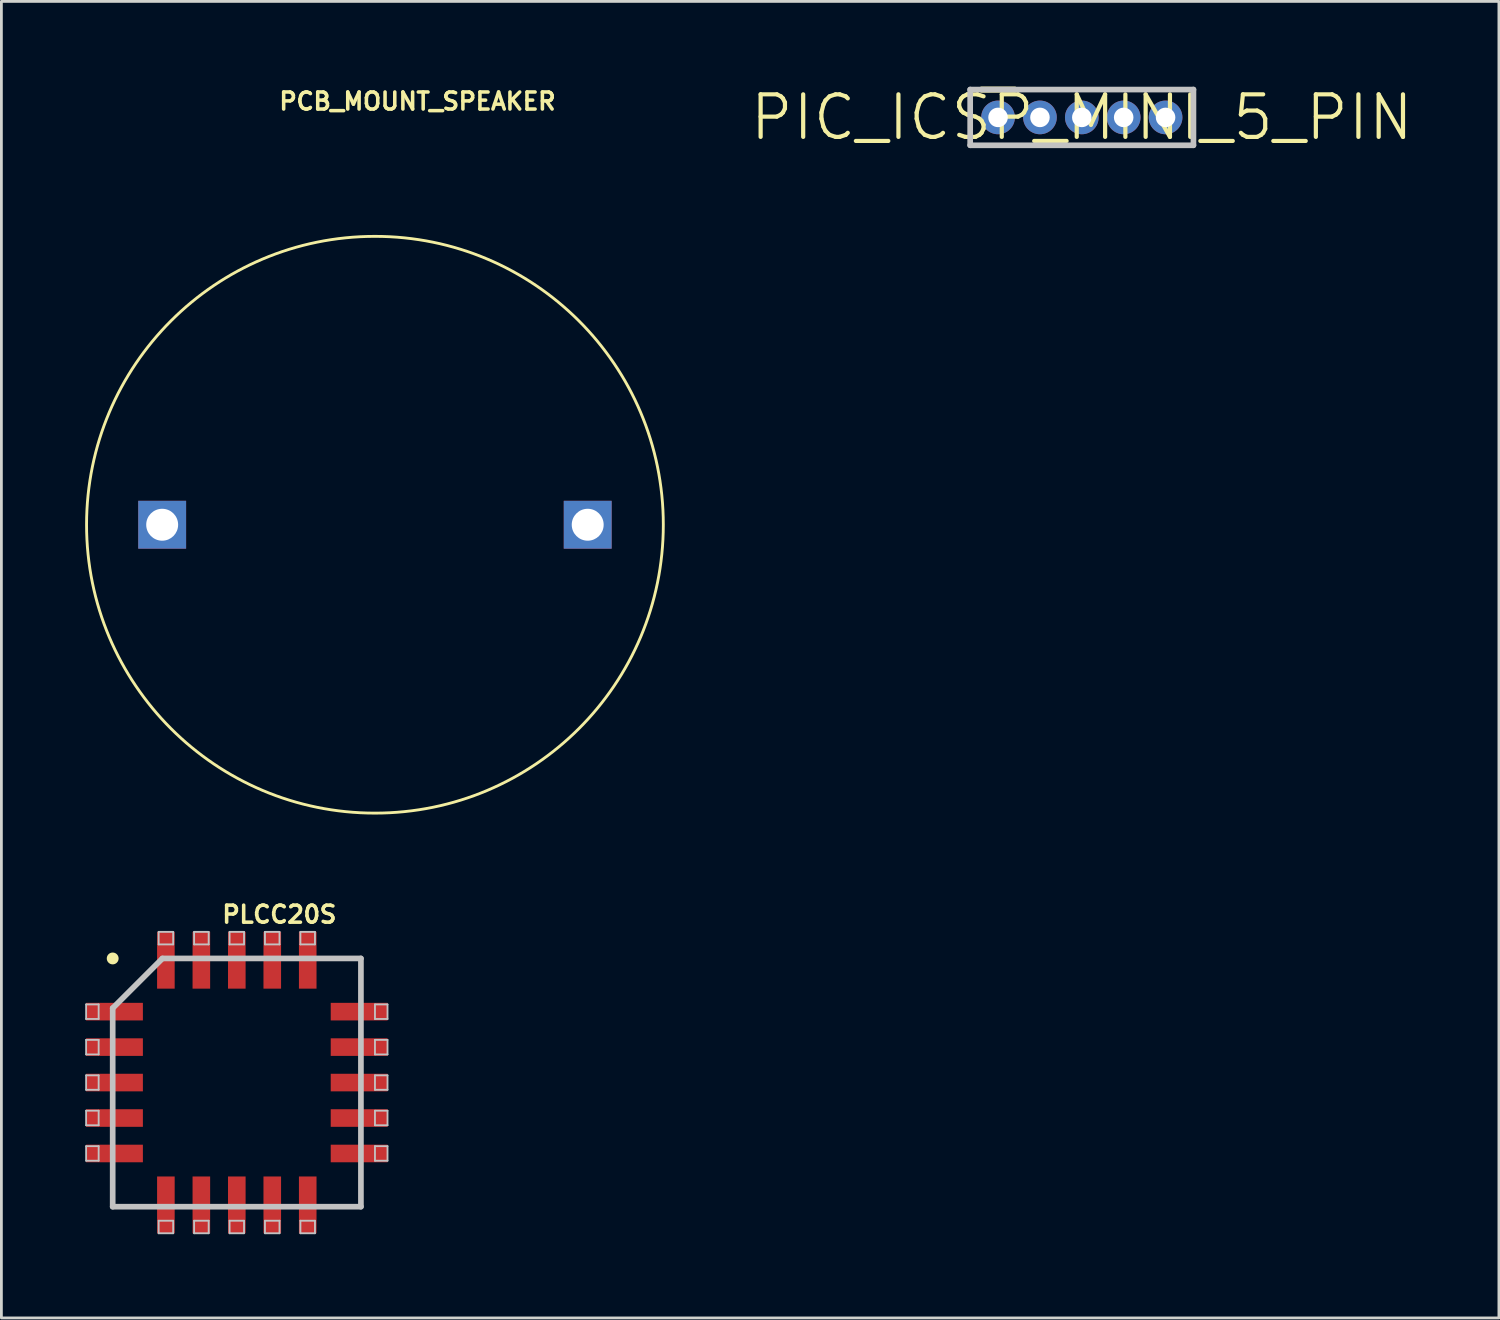
<source format=kicad_pcb>
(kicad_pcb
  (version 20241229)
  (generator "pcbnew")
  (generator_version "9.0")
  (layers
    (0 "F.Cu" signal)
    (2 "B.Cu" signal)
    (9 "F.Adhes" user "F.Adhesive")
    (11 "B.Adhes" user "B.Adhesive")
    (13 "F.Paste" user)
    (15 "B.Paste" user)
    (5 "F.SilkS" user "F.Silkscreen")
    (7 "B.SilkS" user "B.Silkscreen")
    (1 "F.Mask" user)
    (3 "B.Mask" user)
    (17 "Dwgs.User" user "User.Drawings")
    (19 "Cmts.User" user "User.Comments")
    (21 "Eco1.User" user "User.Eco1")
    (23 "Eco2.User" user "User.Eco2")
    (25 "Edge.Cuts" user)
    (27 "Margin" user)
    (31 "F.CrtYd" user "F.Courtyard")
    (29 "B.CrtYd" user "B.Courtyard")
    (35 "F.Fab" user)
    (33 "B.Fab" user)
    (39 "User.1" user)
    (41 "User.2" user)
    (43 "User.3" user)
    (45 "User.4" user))
  (footprint "PLCC20S"
    (layer "F.Cu")
    (at 5.431 35.721)
    (property "Reference" "PLCC20S" (at 1.524 -6.02 0) (layer "F.SilkS") (effects (font (size 0.61 0.61) (thickness 0.127))))
    (attr smd)
    (fp_circle (center -4.445 -4.445) (end -4.595 -4.595) (stroke (width 0) (type solid)) (fill yes) (layer "F.SilkS"))
    (fp_line (start -5.397 -2.799) (end -4.948 -2.799) (stroke (width 0.066) (type solid)) (layer "Dwgs.User"))
    (fp_line (start -5.397 -2.278) (end -5.397 -2.799) (stroke (width 0.066) (type solid)) (layer "Dwgs.User"))
    (fp_line (start -5.397 -2.278) (end -4.948 -2.278) (stroke (width 0.066) (type solid)) (layer "Dwgs.User"))
    (fp_line (start -5.397 -1.529) (end -4.948 -1.529) (stroke (width 0.066) (type solid)) (layer "Dwgs.User"))
    (fp_line (start -5.397 -1.008) (end -5.397 -1.529) (stroke (width 0.066) (type solid)) (layer "Dwgs.User"))
    (fp_line (start -5.397 -1.008) (end -4.948 -1.008) (stroke (width 0.066) (type solid)) (layer "Dwgs.User"))
    (fp_line (start -5.397 -0.259) (end -4.948 -0.259) (stroke (width 0.066) (type solid)) (layer "Dwgs.User"))
    (fp_line (start -5.397 0.259) (end -5.397 -0.259) (stroke (width 0.066) (type solid)) (layer "Dwgs.User"))
    (fp_line (start -5.397 0.259) (end -4.948 0.259) (stroke (width 0.066) (type solid)) (layer "Dwgs.User"))
    (fp_line (start -5.397 1.008) (end -4.948 1.008) (stroke (width 0.066) (type solid)) (layer "Dwgs.User"))
    (fp_line (start -5.397 1.529) (end -5.397 1.008) (stroke (width 0.066) (type solid)) (layer "Dwgs.User"))
    (fp_line (start -5.397 1.529) (end -4.948 1.529) (stroke (width 0.066) (type solid)) (layer "Dwgs.User"))
    (fp_line (start -5.397 2.278) (end -4.948 2.278) (stroke (width 0.066) (type solid)) (layer "Dwgs.User"))
    (fp_line (start -5.397 2.799) (end -5.397 2.278) (stroke (width 0.066) (type solid)) (layer "Dwgs.User"))
    (fp_line (start -5.397 2.799) (end -4.948 2.799) (stroke (width 0.066) (type solid)) (layer "Dwgs.User"))
    (fp_line (start -4.948 -2.278) (end -4.948 -2.799) (stroke (width 0.066) (type solid)) (layer "Dwgs.User"))
    (fp_line (start -4.948 -1.008) (end -4.948 -1.529) (stroke (width 0.066) (type solid)) (layer "Dwgs.User"))
    (fp_line (start -4.948 0.259) (end -4.948 -0.259) (stroke (width 0.066) (type solid)) (layer "Dwgs.User"))
    (fp_line (start -4.948 1.529) (end -4.948 1.008) (stroke (width 0.066) (type solid)) (layer "Dwgs.User"))
    (fp_line (start -4.948 2.799) (end -4.948 2.278) (stroke (width 0.066) (type solid)) (layer "Dwgs.User"))
    (fp_line (start -4.445 -2.664) (end -4.445 4.445) (stroke (width 0.203) (type solid)) (layer "Dwgs.User"))
    (fp_line (start -4.445 4.445) (end 4.445 4.445) (stroke (width 0.203) (type solid)) (layer "Dwgs.User"))
    (fp_line (start -2.799 -5.397) (end -2.278 -5.397) (stroke (width 0.066) (type solid)) (layer "Dwgs.User"))
    (fp_line (start -2.799 -4.948) (end -2.799 -5.397) (stroke (width 0.066) (type solid)) (layer "Dwgs.User"))
    (fp_line (start -2.799 -4.948) (end -2.278 -4.948) (stroke (width 0.066) (type solid)) (layer "Dwgs.User"))
    (fp_line (start -2.799 4.948) (end -2.278 4.948) (stroke (width 0.066) (type solid)) (layer "Dwgs.User"))
    (fp_line (start -2.799 5.397) (end -2.799 4.948) (stroke (width 0.066) (type solid)) (layer "Dwgs.User"))
    (fp_line (start -2.799 5.397) (end -2.278 5.397) (stroke (width 0.066) (type solid)) (layer "Dwgs.User"))
    (fp_line (start -2.664 -4.445) (end -4.445 -2.664) (stroke (width 0.203) (type solid)) (layer "Dwgs.User"))
    (fp_line (start -2.278 -4.948) (end -2.278 -5.397) (stroke (width 0.066) (type solid)) (layer "Dwgs.User"))
    (fp_line (start -2.278 5.397) (end -2.278 4.948) (stroke (width 0.066) (type solid)) (layer "Dwgs.User"))
    (fp_line (start -1.529 -5.397) (end -1.008 -5.397) (stroke (width 0.066) (type solid)) (layer "Dwgs.User"))
    (fp_line (start -1.529 -4.948) (end -1.529 -5.397) (stroke (width 0.066) (type solid)) (layer "Dwgs.User"))
    (fp_line (start -1.529 -4.948) (end -1.008 -4.948) (stroke (width 0.066) (type solid)) (layer "Dwgs.User"))
    (fp_line (start -1.529 4.948) (end -1.008 4.948) (stroke (width 0.066) (type solid)) (layer "Dwgs.User"))
    (fp_line (start -1.529 5.397) (end -1.529 4.948) (stroke (width 0.066) (type solid)) (layer "Dwgs.User"))
    (fp_line (start -1.529 5.397) (end -1.008 5.397) (stroke (width 0.066) (type solid)) (layer "Dwgs.User"))
    (fp_line (start -1.008 -4.948) (end -1.008 -5.397) (stroke (width 0.066) (type solid)) (layer "Dwgs.User"))
    (fp_line (start -1.008 5.397) (end -1.008 4.948) (stroke (width 0.066) (type solid)) (layer "Dwgs.User"))
    (fp_line (start -0.259 -5.397) (end 0.259 -5.397) (stroke (width 0.066) (type solid)) (layer "Dwgs.User"))
    (fp_line (start -0.259 -4.948) (end -0.259 -5.397) (stroke (width 0.066) (type solid)) (layer "Dwgs.User"))
    (fp_line (start -0.259 -4.948) (end 0.259 -4.948) (stroke (width 0.066) (type solid)) (layer "Dwgs.User"))
    (fp_line (start -0.259 4.948) (end 0.259 4.948) (stroke (width 0.066) (type solid)) (layer "Dwgs.User"))
    (fp_line (start -0.259 5.397) (end -0.259 4.948) (stroke (width 0.066) (type solid)) (layer "Dwgs.User"))
    (fp_line (start -0.259 5.397) (end 0.259 5.397) (stroke (width 0.066) (type solid)) (layer "Dwgs.User"))
    (fp_line (start 0.259 -4.948) (end 0.259 -5.397) (stroke (width 0.066) (type solid)) (layer "Dwgs.User"))
    (fp_line (start 0.259 5.397) (end 0.259 4.948) (stroke (width 0.066) (type solid)) (layer "Dwgs.User"))
    (fp_line (start 1.008 -5.397) (end 1.529 -5.397) (stroke (width 0.066) (type solid)) (layer "Dwgs.User"))
    (fp_line (start 1.008 -4.948) (end 1.008 -5.397) (stroke (width 0.066) (type solid)) (layer "Dwgs.User"))
    (fp_line (start 1.008 -4.948) (end 1.529 -4.948) (stroke (width 0.066) (type solid)) (layer "Dwgs.User"))
    (fp_line (start 1.008 4.948) (end 1.529 4.948) (stroke (width 0.066) (type solid)) (layer "Dwgs.User"))
    (fp_line (start 1.008 5.397) (end 1.008 4.948) (stroke (width 0.066) (type solid)) (layer "Dwgs.User"))
    (fp_line (start 1.008 5.397) (end 1.529 5.397) (stroke (width 0.066) (type solid)) (layer "Dwgs.User"))
    (fp_line (start 1.529 -4.948) (end 1.529 -5.397) (stroke (width 0.066) (type solid)) (layer "Dwgs.User"))
    (fp_line (start 1.529 5.397) (end 1.529 4.948) (stroke (width 0.066) (type solid)) (layer "Dwgs.User"))
    (fp_line (start 2.278 -5.397) (end 2.799 -5.397) (stroke (width 0.066) (type solid)) (layer "Dwgs.User"))
    (fp_line (start 2.278 -4.948) (end 2.278 -5.397) (stroke (width 0.066) (type solid)) (layer "Dwgs.User"))
    (fp_line (start 2.278 -4.948) (end 2.799 -4.948) (stroke (width 0.066) (type solid)) (layer "Dwgs.User"))
    (fp_line (start 2.278 4.948) (end 2.799 4.948) (stroke (width 0.066) (type solid)) (layer "Dwgs.User"))
    (fp_line (start 2.278 5.397) (end 2.278 4.948) (stroke (width 0.066) (type solid)) (layer "Dwgs.User"))
    (fp_line (start 2.278 5.397) (end 2.799 5.397) (stroke (width 0.066) (type solid)) (layer "Dwgs.User"))
    (fp_line (start 2.799 -4.948) (end 2.799 -5.397) (stroke (width 0.066) (type solid)) (layer "Dwgs.User"))
    (fp_line (start 2.799 5.397) (end 2.799 4.948) (stroke (width 0.066) (type solid)) (layer "Dwgs.User"))
    (fp_line (start 4.445 -4.445) (end -2.664 -4.445) (stroke (width 0.203) (type solid)) (layer "Dwgs.User"))
    (fp_line (start 4.445 4.445) (end 4.445 -4.445) (stroke (width 0.203) (type solid)) (layer "Dwgs.User"))
    (fp_line (start 4.948 -2.799) (end 5.397 -2.799) (stroke (width 0.066) (type solid)) (layer "Dwgs.User"))
    (fp_line (start 4.948 -2.278) (end 4.948 -2.799) (stroke (width 0.066) (type solid)) (layer "Dwgs.User"))
    (fp_line (start 4.948 -2.278) (end 5.397 -2.278) (stroke (width 0.066) (type solid)) (layer "Dwgs.User"))
    (fp_line (start 4.948 -1.529) (end 5.397 -1.529) (stroke (width 0.066) (type solid)) (layer "Dwgs.User"))
    (fp_line (start 4.948 -1.008) (end 4.948 -1.529) (stroke (width 0.066) (type solid)) (layer "Dwgs.User"))
    (fp_line (start 4.948 -1.008) (end 5.397 -1.008) (stroke (width 0.066) (type solid)) (layer "Dwgs.User"))
    (fp_line (start 4.948 -0.259) (end 5.397 -0.259) (stroke (width 0.066) (type solid)) (layer "Dwgs.User"))
    (fp_line (start 4.948 0.259) (end 4.948 -0.259) (stroke (width 0.066) (type solid)) (layer "Dwgs.User"))
    (fp_line (start 4.948 0.259) (end 5.397 0.259) (stroke (width 0.066) (type solid)) (layer "Dwgs.User"))
    (fp_line (start 4.948 1.008) (end 5.397 1.008) (stroke (width 0.066) (type solid)) (layer "Dwgs.User"))
    (fp_line (start 4.948 1.529) (end 4.948 1.008) (stroke (width 0.066) (type solid)) (layer "Dwgs.User"))
    (fp_line (start 4.948 1.529) (end 5.397 1.529) (stroke (width 0.066) (type solid)) (layer "Dwgs.User"))
    (fp_line (start 4.948 2.278) (end 5.397 2.278) (stroke (width 0.066) (type solid)) (layer "Dwgs.User"))
    (fp_line (start 4.948 2.799) (end 4.948 2.278) (stroke (width 0.066) (type solid)) (layer "Dwgs.User"))
    (fp_line (start 4.948 2.799) (end 5.397 2.799) (stroke (width 0.066) (type solid)) (layer "Dwgs.User"))
    (fp_line (start 5.397 -2.278) (end 5.397 -2.799) (stroke (width 0.066) (type solid)) (layer "Dwgs.User"))
    (fp_line (start 5.397 -1.008) (end 5.397 -1.529) (stroke (width 0.066) (type solid)) (layer "Dwgs.User"))
    (fp_line (start 5.397 0.259) (end 5.397 -0.259) (stroke (width 0.066) (type solid)) (layer "Dwgs.User"))
    (fp_line (start 5.397 1.529) (end 5.397 1.008) (stroke (width 0.066) (type solid)) (layer "Dwgs.User"))
    (fp_line (start 5.397 2.799) (end 5.397 2.278) (stroke (width 0.066) (type solid)) (layer "Dwgs.User"))
    (pad "1" smd rect (at 0 -4.381) (size 0.63 2.035) (layers "F.Cu" "F.Mask" "F.Paste"))
    (pad "2" smd rect (at -1.27 -4.381) (size 0.63 2.035) (layers "F.Cu" "F.Mask" "F.Paste"))
    (pad "3" smd rect (at -2.54 -4.381) (size 0.63 2.035) (layers "F.Cu" "F.Mask" "F.Paste"))
    (pad "4" smd rect (at -4.381 -2.54 90) (size 0.63 2.035) (layers "F.Cu" "F.Mask" "F.Paste"))
    (pad "5" smd rect (at -4.381 -1.27 90) (size 0.63 2.035) (layers "F.Cu" "F.Mask" "F.Paste"))
    (pad "6" smd rect (at -4.381 0 90) (size 0.63 2.035) (layers "F.Cu" "F.Mask" "F.Paste"))
    (pad "7" smd rect (at -4.381 1.27 90) (size 0.63 2.035) (layers "F.Cu" "F.Mask" "F.Paste"))
    (pad "8" smd rect (at -4.381 2.54 90) (size 0.63 2.035) (layers "F.Cu" "F.Mask" "F.Paste"))
    (pad "9" smd rect (at -2.54 4.381) (size 0.63 2.035) (layers "F.Cu" "F.Mask" "F.Paste"))
    (pad "10" smd rect (at -1.27 4.381) (size 0.63 2.035) (layers "F.Cu" "F.Mask" "F.Paste"))
    (pad "11" smd rect (at 0 4.381) (size 0.63 2.035) (layers "F.Cu" "F.Mask" "F.Paste"))
    (pad "12" smd rect (at 1.27 4.381) (size 0.63 2.035) (layers "F.Cu" "F.Mask" "F.Paste"))
    (pad "13" smd rect (at 2.54 4.381) (size 0.63 2.035) (layers "F.Cu" "F.Mask" "F.Paste"))
    (pad "14" smd rect (at 4.381 2.54 90) (size 0.63 2.035) (layers "F.Cu" "F.Mask" "F.Paste"))
    (pad "15" smd rect (at 4.381 1.27 90) (size 0.63 2.035) (layers "F.Cu" "F.Mask" "F.Paste"))
    (pad "16" smd rect (at 4.381 0 90) (size 0.63 2.035) (layers "F.Cu" "F.Mask" "F.Paste"))
    (pad "17" smd rect (at 4.381 -1.27 90) (size 0.63 2.035) (layers "F.Cu" "F.Mask" "F.Paste"))
    (pad "18" smd rect (at 4.381 -2.54 90) (size 0.63 2.035) (layers "F.Cu" "F.Mask" "F.Paste"))
    (pad "19" smd rect (at 2.54 -4.381) (size 0.63 2.035) (layers "F.Cu" "F.Mask" "F.Paste"))
    (pad "20" smd rect (at 1.27 -4.381) (size 0.63 2.035) (layers "F.Cu" "F.Mask" "F.Paste")))
  (footprint "PIC_ICSP_MINI_5_PIN"
    (layer "F.Cu")
    (at 35.694 1.155)
    (property "Reference" "PIC_ICSP_MINI_5_PIN" (at 0 0 0) (layer "F.SilkS") (effects (font (size 1.524 1.524) (thickness 0.15))))
    (attr exclude_from_pos_files exclude_from_bom)
    (fp_line (start -3.594 -0.998) (end -2.393 -0.998) (stroke (width 0.203) (type solid)) (layer "F.SilkS"))
    (fp_line (start -2.398 -0.998) (end -3.599 -0.998) (stroke (width 0.203) (type solid)) (layer "F.SilkS"))
    (fp_line (start -3.998 -0.998) (end -3.998 0.998) (stroke (width 0.203) (type solid)) (layer "Dwgs.User"))
    (fp_line (start -3.998 0.998) (end 3.998 0.998) (stroke (width 0.203) (type solid)) (layer "Dwgs.User"))
    (fp_line (start 3.998 -0.998) (end -3.998 -0.998) (stroke (width 0.203) (type solid)) (layer "Dwgs.User"))
    (fp_line (start 3.998 0.998) (end 3.998 -0.998) (stroke (width 0.203) (type solid)) (layer "Dwgs.User"))
    (pad "1" thru_hole circle (at -3 0) (size 1.206 1.206) (drill 0.699) (layers "*.Cu" "*.Paste" "*.Mask"))
    (pad "2" thru_hole circle (at -1.499 0) (size 1.206 1.206) (drill 0.699) (layers "*.Cu" "*.Paste" "*.Mask"))
    (pad "3" thru_hole circle (at 0 0) (size 1.206 1.206) (drill 0.699) (layers "*.Cu" "*.Paste" "*.Mask"))
    (pad "4" thru_hole circle (at 1.499 0) (size 1.206 1.206) (drill 0.699) (layers "*.Cu" "*.Paste" "*.Mask"))
    (pad "5" thru_hole circle (at 3 0) (size 1.206 1.206) (drill 0.699) (layers "*.Cu" "*.Paste" "*.Mask")))
  (footprint "PCB_MOUNT_SPEAKER"
    (layer "F.Cu")
    (at 10.378 15.743)
    (property "Reference" "PCB_MOUNT_SPEAKER" (at 1.524 -15.164 0) (layer "F.SilkS") (effects (font (size 0.61 0.61) (thickness 0.127))))
    (attr exclude_from_pos_files exclude_from_bom)
    (fp_circle (center 0 0) (end -7.303 7.303) (stroke (width 0.102) (type solid)) (fill no) (layer "F.SilkS"))
    (pad "+" thru_hole rect (at -7.62 0) (size 1.714 1.714) (drill 1.143) (layers "*.Cu" "*.Paste" "*.Mask"))
    (pad "-" thru_hole rect (at 7.62 0) (size 1.714 1.714) (drill 1.143) (layers "*.Cu" "*.Paste" "*.Mask")))
  (gr_rect
    (start -3 -3)
    (end 50.632 44.151)
    (stroke (width 0.1) (type default))
    (fill no)
    (layer "Edge.Cuts")))
</source>
